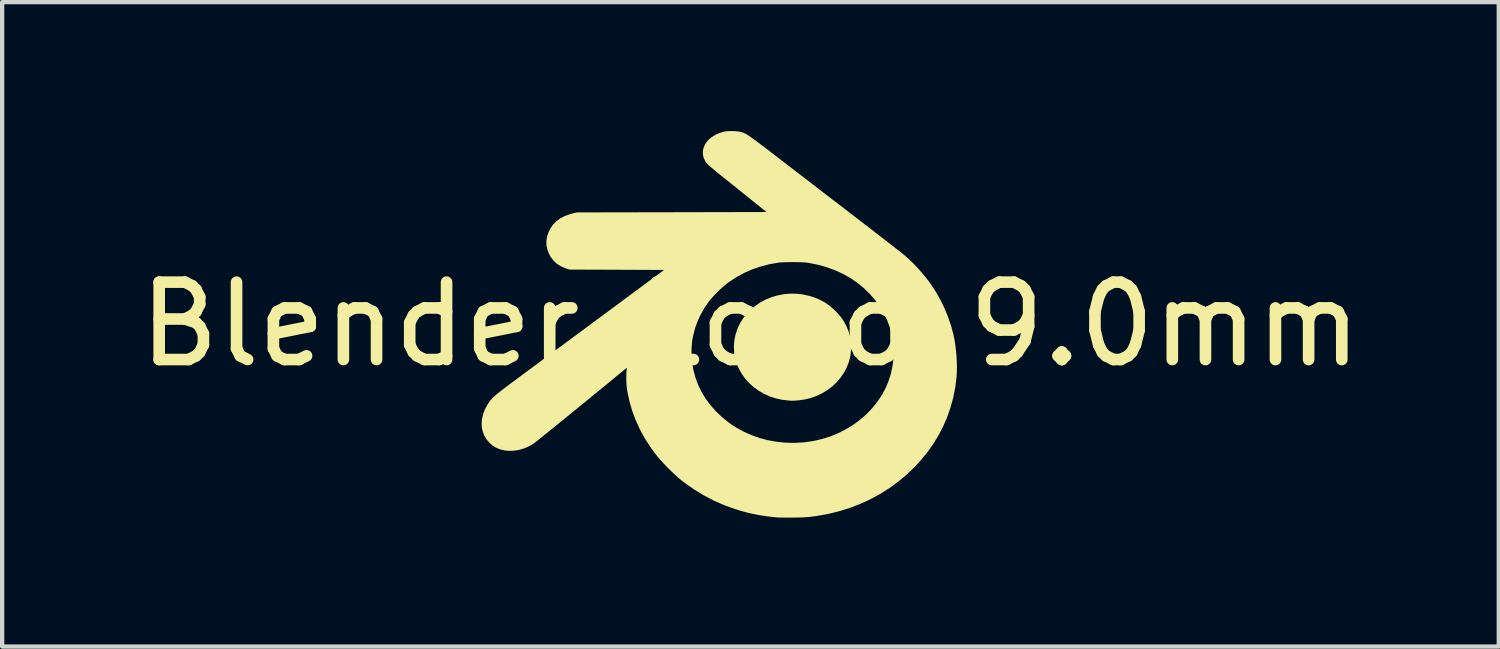
<source format=kicad_pcb>
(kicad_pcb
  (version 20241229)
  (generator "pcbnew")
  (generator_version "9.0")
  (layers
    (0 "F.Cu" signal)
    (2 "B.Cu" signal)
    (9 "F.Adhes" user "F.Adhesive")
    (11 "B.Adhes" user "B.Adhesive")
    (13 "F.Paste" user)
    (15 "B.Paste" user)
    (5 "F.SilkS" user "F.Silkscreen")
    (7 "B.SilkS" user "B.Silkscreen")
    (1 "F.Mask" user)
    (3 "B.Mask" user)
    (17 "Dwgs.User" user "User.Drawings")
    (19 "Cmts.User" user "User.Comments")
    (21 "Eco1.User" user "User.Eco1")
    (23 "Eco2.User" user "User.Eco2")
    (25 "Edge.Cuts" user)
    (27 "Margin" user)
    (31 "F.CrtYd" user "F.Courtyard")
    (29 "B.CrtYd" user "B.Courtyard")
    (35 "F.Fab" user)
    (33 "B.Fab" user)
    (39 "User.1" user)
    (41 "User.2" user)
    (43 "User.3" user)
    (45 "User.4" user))
  (footprint "Blender Logo 9.0mm"
    (layer "F.Cu")
    (at 14.411 4.496)
    (property "Reference" "Blender Logo 9.0mm" (at 0 0 180) (layer "F.SilkS") (effects (font (size 1.8 1.8) (thickness 0.27))))
    (attr board_only exclude_from_pos_files exclude_from_bom)
    (fp_poly (pts (xy 1.07 -0.712) (xy 1.221 -0.695) (xy 1.371 -0.661) (xy 1.443 -0.64) (xy 1.582 -0.586) (xy 1.71 -0.52) (xy 1.829 -0.441) (xy 1.94 -0.347) (xy 1.982 -0.307) (xy 2.081 -0.198) (xy 2.163 -0.084) (xy 2.23 0.037) (xy 2.282 0.165) (xy 2.32 0.301) (xy 2.32 0.302) (xy 2.327 0.347) (xy 2.332 0.405) (xy 2.335 0.47) (xy 2.337 0.539) (xy 2.336 0.606) (xy 2.333 0.668) (xy 2.327 0.719) (xy 2.324 0.739) (xy 2.289 0.876) (xy 2.238 1.006) (xy 2.172 1.13) (xy 2.093 1.245) (xy 2.001 1.352) (xy 1.897 1.449) (xy 1.783 1.535) (xy 1.658 1.609) (xy 1.525 1.671) (xy 1.384 1.719) (xy 1.278 1.745) (xy 1.237 1.752) (xy 1.188 1.759) (xy 1.134 1.766) (xy 1.08 1.771) (xy 1.03 1.775) (xy 0.988 1.778) (xy 0.959 1.778) (xy 0.958 1.778) (xy 0.937 1.776) (xy 0.907 1.774) (xy 0.894 1.773) (xy 0.74 1.756) (xy 0.595 1.725) (xy 0.454 1.679) (xy 0.315 1.617) (xy 0.311 1.614) (xy 0.183 1.54) (xy 0.067 1.455) (xy -0.037 1.36) (xy -0.129 1.257) (xy -0.207 1.146) (xy -0.272 1.029) (xy -0.322 0.906) (xy -0.359 0.779) (xy -0.38 0.649) (xy -0.386 0.516) (xy -0.377 0.383) (xy -0.351 0.25) (xy -0.309 0.118) (xy -0.298 0.091) (xy -0.238 -0.034) (xy -0.164 -0.151) (xy -0.075 -0.26) (xy -0.022 -0.315) (xy 0.09 -0.414) (xy 0.211 -0.499) (xy 0.341 -0.571) (xy 0.479 -0.628) (xy 0.622 -0.671) (xy 0.769 -0.7) (xy 0.919 -0.714)) (stroke (width 0) (type solid)) (fill yes) (layer "F.SilkS"))
    (fp_poly (pts (xy -0.401 -4.496) (xy -0.337 -4.493) (xy -0.279 -4.487) (xy -0.238 -4.479) (xy -0.216 -4.474) (xy -0.195 -4.468) (xy -0.174 -4.461) (xy -0.153 -4.452) (xy -0.13 -4.441) (xy -0.105 -4.428) (xy -0.076 -4.411) (xy -0.044 -4.391) (xy -0.006 -4.365) (xy 0.037 -4.335) (xy 0.087 -4.299) (xy 0.144 -4.257) (xy 0.21 -4.207) (xy 0.285 -4.151) (xy 0.37 -4.086) (xy 0.466 -4.012) (xy 0.574 -3.929) (xy 0.695 -3.837) (xy 0.715 -3.821) (xy 0.815 -3.744) (xy 0.926 -3.659) (xy 1.048 -3.565) (xy 1.178 -3.465) (xy 1.316 -3.359) (xy 1.459 -3.249) (xy 1.605 -3.136) (xy 1.754 -3.022) (xy 1.902 -2.908) (xy 2.05 -2.795) (xy 2.194 -2.684) (xy 2.333 -2.577) (xy 2.466 -2.475) (xy 2.585 -2.383) (xy 2.701 -2.294) (xy 2.814 -2.207) (xy 2.923 -2.123) (xy 3.026 -2.043) (xy 3.124 -1.968) (xy 3.214 -1.897) (xy 3.297 -1.833) (xy 3.371 -1.775) (xy 3.436 -1.724) (xy 3.491 -1.682) (xy 3.534 -1.647) (xy 3.566 -1.622) (xy 3.584 -1.607) (xy 3.584 -1.607) (xy 3.69 -1.512) (xy 3.799 -1.406) (xy 3.907 -1.291) (xy 4.011 -1.174) (xy 4.106 -1.056) (xy 4.186 -0.95) (xy 4.306 -0.768) (xy 4.416 -0.576) (xy 4.513 -0.376) (xy 4.597 -0.172) (xy 4.668 0.035) (xy 4.723 0.242) (xy 4.746 0.354) (xy 4.765 0.473) (xy 4.78 0.6) (xy 4.792 0.731) (xy 4.8 0.863) (xy 4.803 0.991) (xy 4.801 1.111) (xy 4.795 1.219) (xy 4.795 1.227) (xy 4.764 1.469) (xy 4.717 1.706) (xy 4.654 1.937) (xy 4.575 2.163) (xy 4.48 2.381) (xy 4.369 2.593) (xy 4.243 2.798) (xy 4.101 2.995) (xy 3.943 3.185) (xy 3.822 3.316) (xy 3.637 3.494) (xy 3.441 3.658) (xy 3.235 3.808) (xy 3.02 3.945) (xy 2.795 4.067) (xy 2.562 4.175) (xy 2.32 4.268) (xy 2.071 4.346) (xy 1.814 4.41) (xy 1.55 4.457) (xy 1.42 4.475) (xy 1.369 4.481) (xy 1.318 4.485) (xy 1.266 4.489) (xy 1.209 4.492) (xy 1.143 4.494) (xy 1.067 4.495) (xy 0.976 4.496) (xy 0.976 4.496) (xy 0.902 4.497) (xy 0.831 4.497) (xy 0.763 4.496) (xy 0.704 4.495) (xy 0.654 4.494) (xy 0.617 4.492) (xy 0.604 4.491) (xy 0.41 4.47) (xy 0.228 4.443) (xy 0.054 4.41) (xy -0.115 4.37) (xy -0.285 4.322) (xy -0.367 4.296) (xy -0.613 4.207) (xy -0.852 4.102) (xy -1.083 3.981) (xy -1.307 3.845) (xy -1.523 3.694) (xy -1.618 3.621) (xy -1.673 3.574) (xy -1.737 3.517) (xy -1.807 3.452) (xy -1.879 3.382) (xy -1.951 3.31) (xy -2.02 3.238) (xy -2.083 3.17) (xy -2.138 3.107) (xy -2.172 3.066) (xy -2.32 2.868) (xy -2.452 2.664) (xy -2.567 2.456) (xy -2.666 2.242) (xy -2.748 2.024) (xy -2.813 1.802) (xy -2.862 1.575) (xy -2.874 1.503) (xy -2.881 1.437) (xy -2.887 1.36) (xy -2.889 1.278) (xy -2.889 1.195) (xy -2.886 1.117) (xy -2.883 1.081) (xy -2.876 1.009) (xy -2.943 1.064) (xy -3.011 1.12) (xy -3.087 1.183) (xy -3.169 1.251) (xy -3.258 1.324) (xy -3.353 1.402) (xy -3.452 1.483) (xy -3.555 1.567) (xy -3.661 1.653) (xy -3.768 1.741) (xy -3.877 1.83) (xy -3.986 1.919) (xy -4.094 2.007) (xy -4.201 2.094) (xy -4.305 2.179) (xy -4.407 2.261) (xy -4.504 2.34) (xy -4.596 2.414) (xy -4.682 2.484) (xy -4.761 2.548) (xy -4.833 2.606) (xy -4.896 2.656) (xy -4.95 2.7) (xy -4.994 2.734) (xy -5.026 2.76) (xy -5.047 2.776) (xy -5.053 2.78) (xy -5.158 2.84) (xy -5.268 2.887) (xy -5.381 2.92) (xy -5.495 2.939) (xy -5.607 2.944) (xy -5.717 2.935) (xy -5.82 2.91) (xy -5.832 2.906) (xy -5.914 2.873) (xy -5.986 2.83) (xy -6.054 2.775) (xy -6.077 2.752) (xy -6.143 2.674) (xy -6.194 2.589) (xy -6.229 2.498) (xy -6.25 2.401) (xy -6.255 2.3) (xy -6.246 2.197) (xy -6.221 2.091) (xy -6.181 1.985) (xy -6.126 1.88) (xy -6.106 1.848) (xy -6.089 1.823) (xy -6.072 1.798) (xy -6.055 1.775) (xy -6.035 1.751) (xy -6.013 1.727) (xy -5.988 1.702) (xy -5.958 1.674) (xy -5.923 1.643) (xy -5.882 1.609) (xy -5.834 1.57) (xy -5.778 1.526) (xy -5.713 1.477) (xy -5.639 1.421) (xy -5.554 1.357) (xy -5.458 1.286) (xy -5.35 1.206) (xy -5.229 1.116) (xy -5.226 1.114) (xy -5.146 1.055) (xy -5.053 0.986) (xy -4.949 0.909) (xy -4.834 0.824) (xy -4.711 0.733) (xy -4.681 0.711) (xy -1.372 0.711) (xy -1.368 0.802) (xy -1.361 0.872) (xy -1.329 1.058) (xy -1.282 1.234) (xy -1.22 1.403) (xy -1.143 1.565) (xy -1.05 1.72) (xy -0.941 1.868) (xy -0.815 2.012) (xy -0.795 2.033) (xy -0.65 2.17) (xy -0.496 2.293) (xy -0.331 2.402) (xy -0.158 2.497) (xy 0.023 2.578) (xy 0.211 2.645) (xy 0.405 2.696) (xy 0.604 2.732) (xy 0.808 2.753) (xy 1.015 2.758) (xy 1.226 2.747) (xy 1.274 2.742) (xy 1.472 2.713) (xy 1.665 2.668) (xy 1.854 2.609) (xy 2.036 2.535) (xy 2.211 2.447) (xy 2.377 2.347) (xy 2.533 2.234) (xy 2.678 2.11) (xy 2.811 1.974) (xy 2.871 1.905) (xy 2.978 1.764) (xy 3.07 1.623) (xy 3.146 1.478) (xy 3.21 1.327) (xy 3.261 1.167) (xy 3.27 1.136) (xy 3.307 0.959) (xy 3.328 0.782) (xy 3.332 0.604) (xy 3.319 0.427) (xy 3.29 0.252) (xy 3.244 0.08) (xy 3.183 -0.088) (xy 3.106 -0.251) (xy 3.012 -0.408) (xy 3.011 -0.41) (xy 2.897 -0.568) (xy 2.77 -0.714) (xy 2.631 -0.848) (xy 2.481 -0.97) (xy 2.32 -1.079) (xy 2.148 -1.176) (xy 1.966 -1.259) (xy 1.775 -1.329) (xy 1.575 -1.385) (xy 1.366 -1.427) (xy 1.308 -1.436) (xy 1.271 -1.439) (xy 1.22 -1.442) (xy 1.158 -1.445) (xy 1.089 -1.446) (xy 1.014 -1.447) (xy 0.939 -1.447) (xy 0.865 -1.446) (xy 0.795 -1.444) (xy 0.734 -1.442) (xy 0.685 -1.439) (xy 0.652 -1.436) (xy 0.439 -1.398) (xy 0.237 -1.346) (xy 0.044 -1.28) (xy -0.141 -1.199) (xy -0.317 -1.104) (xy -0.487 -0.994) (xy -0.544 -0.952) (xy -0.597 -0.91) (xy -0.656 -0.858) (xy -0.719 -0.8) (xy -0.782 -0.738) (xy -0.843 -0.676) (xy -0.898 -0.616) (xy -0.944 -0.562) (xy -0.965 -0.535) (xy -1.07 -0.383) (xy -1.159 -0.228) (xy -1.232 -0.07) (xy -1.29 0.094) (xy -1.334 0.266) (xy -1.349 0.341) (xy -1.36 0.423) (xy -1.368 0.516) (xy -1.372 0.613) (xy -1.372 0.711) (xy -4.681 0.711) (xy -4.58 0.636) (xy -4.443 0.535) (xy -4.3 0.429) (xy -4.154 0.321) (xy -4.005 0.211) (xy -3.854 0.099) (xy -3.704 -0.012) (xy -3.554 -0.123) (xy -3.407 -0.232) (xy -3.288 -0.32) (xy -2.011 -1.265) (xy -3.111 -1.27) (xy -4.211 -1.274) (xy -4.276 -1.294) (xy -4.344 -1.32) (xy -4.414 -1.353) (xy -4.477 -1.391) (xy -4.517 -1.42) (xy -4.589 -1.49) (xy -4.649 -1.569) (xy -4.695 -1.655) (xy -4.728 -1.747) (xy -4.746 -1.841) (xy -4.749 -1.937) (xy -4.735 -2.031) (xy -4.735 -2.033) (xy -4.701 -2.14) (xy -4.653 -2.236) (xy -4.592 -2.322) (xy -4.517 -2.398) (xy -4.429 -2.463) (xy -4.327 -2.517) (xy -4.212 -2.56) (xy -4.123 -2.584) (xy -4.038 -2.604) (xy -1.833 -2.608) (xy 0.372 -2.613) (xy 0.055 -2.868) (xy -0.022 -2.93) (xy -0.109 -3) (xy -0.202 -3.075) (xy -0.299 -3.153) (xy -0.396 -3.23) (xy -0.488 -3.304) (xy -0.574 -3.373) (xy -0.604 -3.397) (xy -0.672 -3.452) (xy -0.738 -3.506) (xy -0.8 -3.556) (xy -0.856 -3.603) (xy -0.905 -3.644) (xy -0.946 -3.678) (xy -0.975 -3.704) (xy -0.993 -3.721) (xy -0.995 -3.722) (xy -1.048 -3.789) (xy -1.084 -3.86) (xy -1.105 -3.936) (xy -1.109 -4.014) (xy -1.096 -4.093) (xy -1.067 -4.169) (xy -1.022 -4.241) (xy -0.963 -4.307) (xy -0.889 -4.365) (xy -0.802 -4.416) (xy -0.704 -4.457) (xy -0.631 -4.48) (xy -0.587 -4.488) (xy -0.531 -4.494) (xy -0.467 -4.496)) (stroke (width 0) (type solid)) (fill yes) (layer "F.SilkS")))
  (gr_rect
    (start -3 -3)
    (end 31.821 11.993)
    (stroke (width 0.1) (type default))
    (fill no)
    (layer "Edge.Cuts")))
</source>
